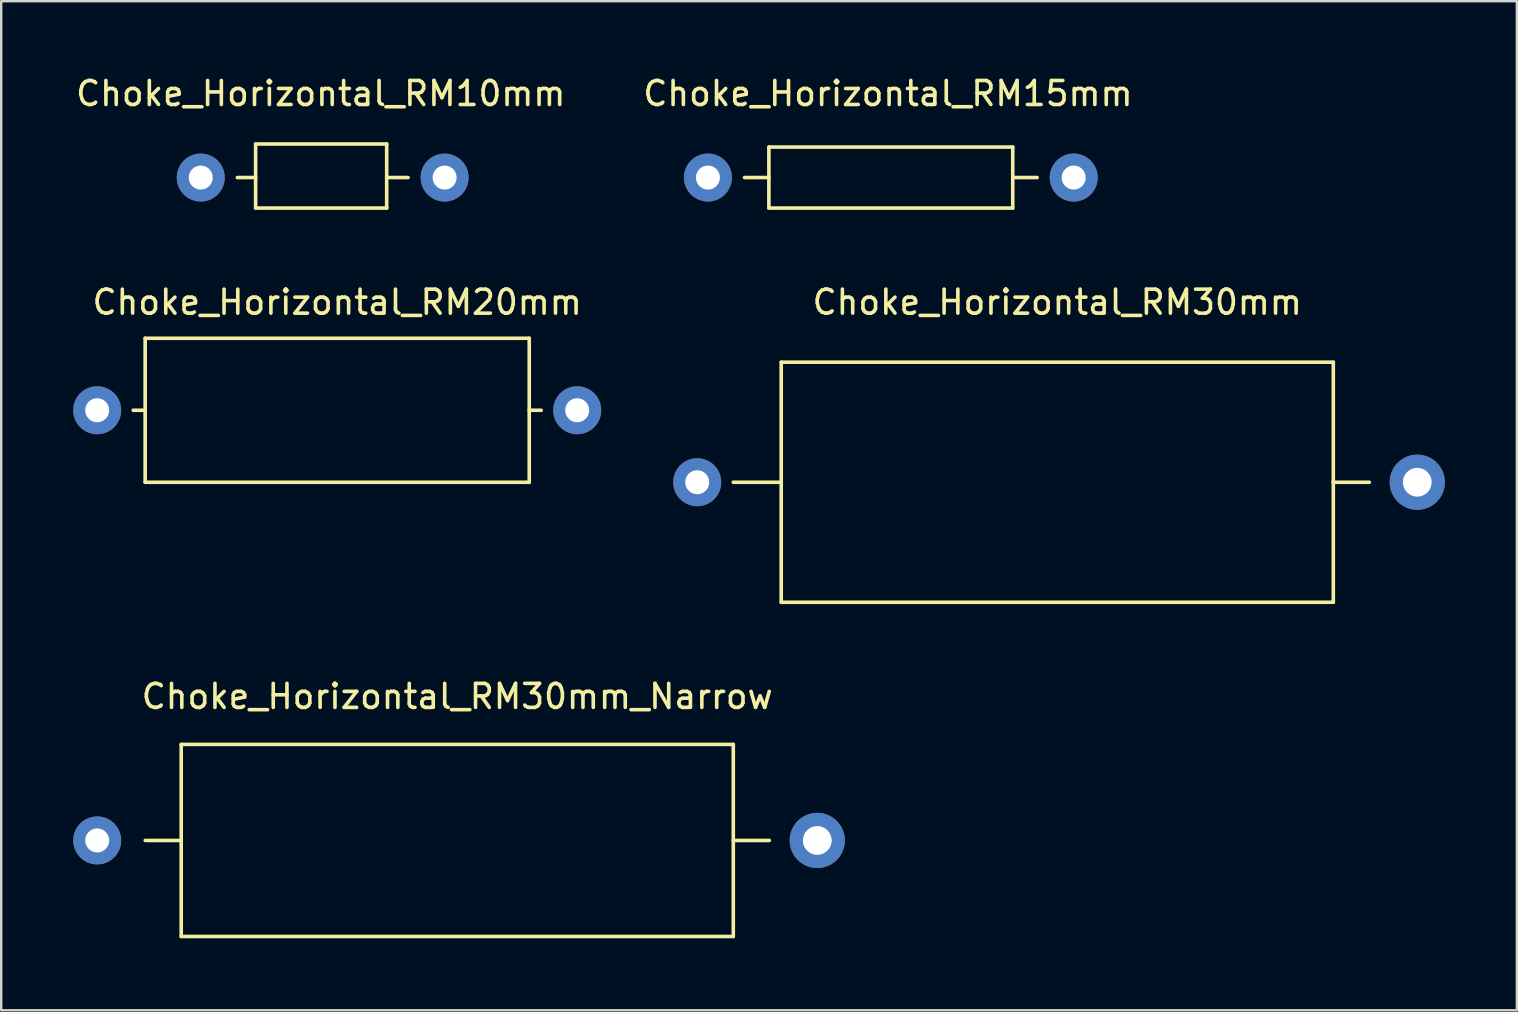
<source format=kicad_pcb>
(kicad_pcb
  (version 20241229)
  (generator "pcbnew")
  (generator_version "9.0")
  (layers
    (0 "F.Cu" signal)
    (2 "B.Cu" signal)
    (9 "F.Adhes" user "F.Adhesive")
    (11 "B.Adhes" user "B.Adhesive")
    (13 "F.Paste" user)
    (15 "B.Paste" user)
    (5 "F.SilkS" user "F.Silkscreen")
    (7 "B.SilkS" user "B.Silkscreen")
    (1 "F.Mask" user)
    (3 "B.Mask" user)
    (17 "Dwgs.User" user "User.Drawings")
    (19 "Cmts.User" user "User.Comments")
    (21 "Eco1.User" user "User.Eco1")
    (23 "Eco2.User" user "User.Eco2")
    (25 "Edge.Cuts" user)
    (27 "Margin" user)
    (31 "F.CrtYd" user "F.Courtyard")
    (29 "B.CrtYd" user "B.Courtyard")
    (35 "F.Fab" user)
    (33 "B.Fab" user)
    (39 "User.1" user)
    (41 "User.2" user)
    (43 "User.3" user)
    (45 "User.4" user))
  (footprint "Choke_Horizontal_RM15mm"
    (layer "F.Cu")
    (at 33.946 4.348)
    (property "Reference" "Choke_Horizontal_RM15mm" (at 0 -3.5 0) (layer "F.SilkS") (effects (font (size 1 1) (thickness 0.15))))
    (attr through_hole)
    (fp_line (start -4.961 -1.27) (end 5.199 -1.27) (stroke (width 0.15) (type solid)) (layer "F.SilkS"))
    (fp_line (start -4.961 0) (end -5.977 0) (stroke (width 0.15) (type solid)) (layer "F.SilkS"))
    (fp_line (start -4.961 1.27) (end -4.961 -1.27) (stroke (width 0.15) (type solid)) (layer "F.SilkS"))
    (fp_line (start 5.199 -1.27) (end 5.199 1.27) (stroke (width 0.15) (type solid)) (layer "F.SilkS"))
    (fp_line (start 5.199 0) (end 6.215 0) (stroke (width 0.15) (type solid)) (layer "F.SilkS"))
    (fp_line (start 5.199 1.27) (end -4.961 1.27) (stroke (width 0.15) (type solid)) (layer "F.SilkS"))
    (pad "1" thru_hole circle (at -7.501 0) (size 1.999 1.999) (drill 1.001) (layers "*.Cu" "*.Mask"))
    (pad "2" thru_hole circle (at 7.739 0) (size 1.999 1.999) (drill 1.001) (layers "*.Cu" "*.Mask")))
  (footprint "Choke_Horizontal_RM10mm"
    (layer "F.Cu")
    (at 10.315 4.348)
    (property "Reference" "Choke_Horizontal_RM10mm" (at 0 -3.5 0) (layer "F.SilkS") (effects (font (size 1 1) (thickness 0.15))))
    (attr through_hole)
    (fp_line (start -2.715 -1.397) (end 2.746 -1.397) (stroke (width 0.15) (type solid)) (layer "F.SilkS"))
    (fp_line (start -2.715 0) (end -3.477 0) (stroke (width 0.15) (type solid)) (layer "F.SilkS"))
    (fp_line (start -2.715 1.27) (end -2.715 -1.397) (stroke (width 0.15) (type solid)) (layer "F.SilkS"))
    (fp_line (start 2.746 -1.397) (end 2.746 1.27) (stroke (width 0.15) (type solid)) (layer "F.SilkS"))
    (fp_line (start 2.746 0) (end 3.635 0) (stroke (width 0.15) (type solid)) (layer "F.SilkS"))
    (fp_line (start 2.746 1.27) (end -2.715 1.27) (stroke (width 0.15) (type solid)) (layer "F.SilkS"))
    (pad "1" thru_hole circle (at -5.001 0) (size 1.999 1.999) (drill 1.001) (layers "*.Cu" "*.Mask"))
    (pad "2" thru_hole circle (at 5.159 0) (size 1.999 1.999) (drill 1.001) (layers "*.Cu" "*.Mask")))
  (footprint "Choke_Horizontal_RM20mm"
    (layer "F.Cu")
    (at 10.999 14.043)
    (property "Reference" "Choke_Horizontal_RM20mm" (at 0 -4.501 0) (layer "F.SilkS") (effects (font (size 1 1) (thickness 0.15))))
    (attr through_hole)
    (fp_line (start -8.001 -3) (end -8.001 3) (stroke (width 0.15) (type solid)) (layer "F.SilkS"))
    (fp_line (start -8.001 0) (end -8.499 0) (stroke (width 0.15) (type solid)) (layer "F.SilkS"))
    (fp_line (start -8.001 3) (end 8.001 3) (stroke (width 0.15) (type solid)) (layer "F.SilkS"))
    (fp_line (start 8.001 -3) (end -8.001 -3) (stroke (width 0.15) (type solid)) (layer "F.SilkS"))
    (fp_line (start 8.001 0) (end 8.499 0) (stroke (width 0.15) (type solid)) (layer "F.SilkS"))
    (fp_line (start 8.001 3) (end 8.001 -3) (stroke (width 0.15) (type solid)) (layer "F.SilkS"))
    (pad "1" thru_hole circle (at -10 0) (size 1.999 1.999) (drill 1.001) (layers "*.Cu" "*.Mask"))
    (pad "2" thru_hole circle (at 10 0) (size 1.999 1.999) (drill 1.001) (layers "*.Cu" "*.Mask")))
  (footprint "Choke_Horizontal_RM30mm"
    (layer "F.Cu")
    (at 41 17.042)
    (property "Reference" "Choke_Horizontal_RM30mm" (at 0 -7.501 0) (layer "F.SilkS") (effects (font (size 1 1) (thickness 0.15))))
    (attr through_hole)
    (fp_line (start -11.501 0) (end -13.5 0) (stroke (width 0.15) (type solid)) (layer "F.SilkS"))
    (fp_line (start -11.501 0) (end -11.501 -5.001) (stroke (width 0.15) (type solid)) (layer "F.SilkS"))
    (fp_line (start -11.501 0) (end -11.501 5.001) (stroke (width 0.15) (type solid)) (layer "F.SilkS"))
    (fp_line (start 11.501 -5.001) (end -11.501 -5.001) (stroke (width 0.15) (type solid)) (layer "F.SilkS"))
    (fp_line (start 11.501 0) (end 11.501 -5.001) (stroke (width 0.15) (type solid)) (layer "F.SilkS"))
    (fp_line (start 11.501 0) (end 11.501 5.001) (stroke (width 0.15) (type solid)) (layer "F.SilkS"))
    (fp_line (start 11.501 0) (end 13 0) (stroke (width 0.15) (type solid)) (layer "F.SilkS"))
    (fp_line (start 11.501 5.001) (end -11.501 5.001) (stroke (width 0.15) (type solid)) (layer "F.SilkS"))
    (pad "1" thru_hole circle (at -15.001 0) (size 1.999 1.999) (drill 1.001) (layers "*.Cu" "*.Mask"))
    (pad "2" thru_hole circle (at 14.999 0) (size 2.301 2.301) (drill 1.199) (layers "*.Cu" "*.Mask")))
  (footprint "Choke_Horizontal_RM30mm_Narrow"
    (layer "F.Cu")
    (at 16.001 31.966)
    (property "Reference" "Choke_Horizontal_RM30mm_Narrow" (at 0 -5.999 0) (layer "F.SilkS") (effects (font (size 1 1) (thickness 0.15))))
    (attr through_hole)
    (fp_line (start -11.501 -4) (end 11.501 -4) (stroke (width 0.15) (type solid)) (layer "F.SilkS"))
    (fp_line (start -11.501 0) (end -13 0) (stroke (width 0.15) (type solid)) (layer "F.SilkS"))
    (fp_line (start -11.501 0) (end -11.501 -4) (stroke (width 0.15) (type solid)) (layer "F.SilkS"))
    (fp_line (start -11.501 0) (end -11.501 4) (stroke (width 0.15) (type solid)) (layer "F.SilkS"))
    (fp_line (start 11.501 -4) (end 11.501 4) (stroke (width 0.15) (type solid)) (layer "F.SilkS"))
    (fp_line (start 11.501 0) (end 13 0) (stroke (width 0.15) (type solid)) (layer "F.SilkS"))
    (fp_line (start 11.501 4) (end -11.501 4) (stroke (width 0.15) (type solid)) (layer "F.SilkS"))
    (pad "1" thru_hole circle (at -15.001 0) (size 1.999 1.999) (drill 1.001) (layers "*.Cu" "*.Mask"))
    (pad "2" thru_hole circle (at 14.999 0) (size 2.301 2.301) (drill 1.199) (layers "*.Cu" "*.Mask")))
  (gr_rect
    (start -3 -3)
    (end 60.149 39.042)
    (stroke (width 0.1) (type default))
    (fill no)
    (layer "Edge.Cuts")))
</source>
